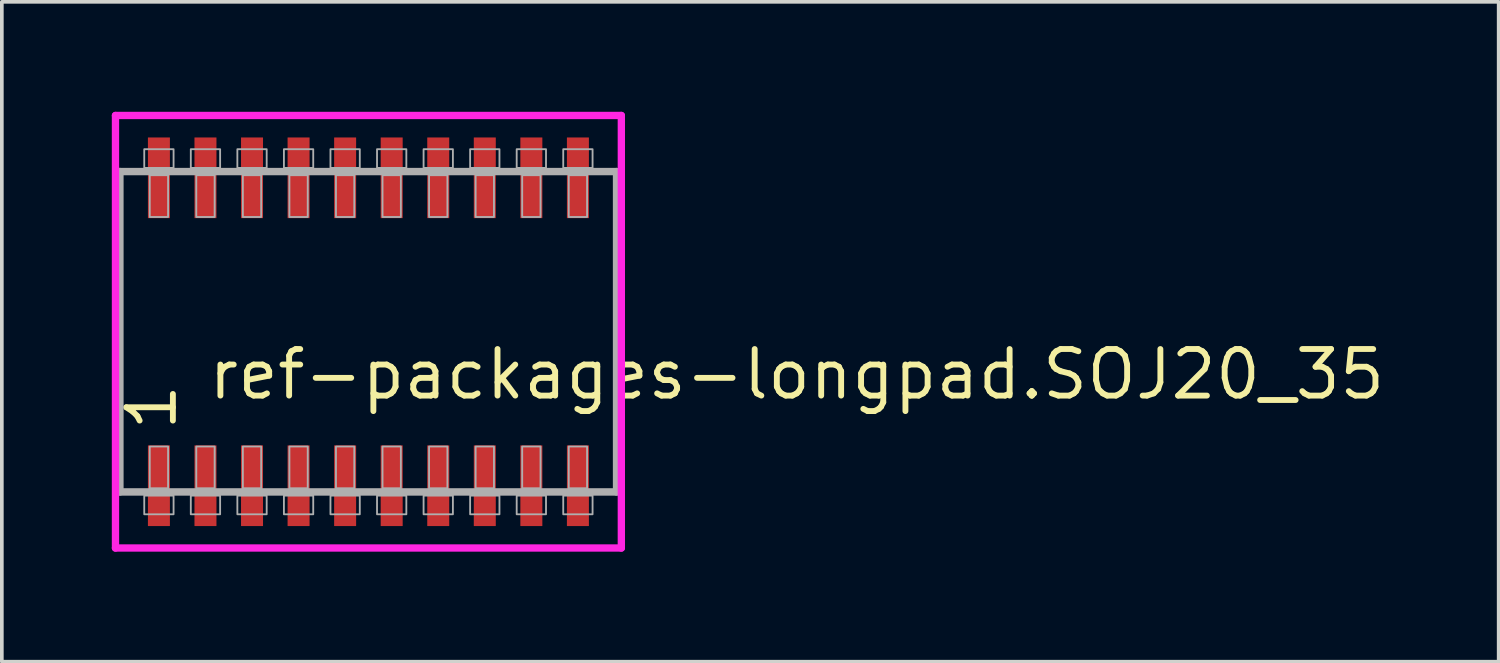
<source format=kicad_pcb>
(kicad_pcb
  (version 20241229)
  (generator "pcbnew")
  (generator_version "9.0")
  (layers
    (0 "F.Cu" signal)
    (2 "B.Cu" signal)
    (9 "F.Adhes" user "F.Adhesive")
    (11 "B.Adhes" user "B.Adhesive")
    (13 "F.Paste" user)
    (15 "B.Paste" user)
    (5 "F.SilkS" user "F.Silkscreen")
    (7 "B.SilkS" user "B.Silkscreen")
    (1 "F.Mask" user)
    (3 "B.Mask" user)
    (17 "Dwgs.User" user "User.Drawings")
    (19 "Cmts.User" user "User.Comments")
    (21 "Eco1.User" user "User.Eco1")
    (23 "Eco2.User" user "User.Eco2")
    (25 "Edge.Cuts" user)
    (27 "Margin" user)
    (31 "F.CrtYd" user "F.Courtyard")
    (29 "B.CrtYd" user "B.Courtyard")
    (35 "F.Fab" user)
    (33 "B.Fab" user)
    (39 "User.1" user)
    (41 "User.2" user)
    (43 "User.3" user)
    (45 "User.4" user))
  (footprint "ref-packages-longpad.SOJ20_35"
    (layer "F.Cu")
    (at 7 6)
    (property "Reference" "ref-packages-longpad.SOJ20_35" (at -4.445 1.905 0) (layer "F.SilkS") (effects (font (size 1.27 1.27) (thickness 0.16)) (justify left bottom)))
    (attr smd)
    (fp_line (start -6.9 -5.9) (end 6.9 -5.9) (stroke (width 0.2) (type default)) (layer "F.CrtYd"))
    (fp_line (start -6.9 5.9) (end -6.9 -5.9) (stroke (width 0.2) (type default)) (layer "F.CrtYd"))
    (fp_line (start 6.9 -5.9) (end 6.9 5.9) (stroke (width 0.2) (type default)) (layer "F.CrtYd"))
    (fp_line (start 6.9 5.9) (end -6.9 5.9) (stroke (width 0.2) (type default)) (layer "F.CrtYd"))
    (fp_line (start -6.78 -4.37) (end 6.77 -4.37) (stroke (width 0.203) (type default)) (layer "F.Fab"))
    (fp_line (start -6.78 4.37) (end -6.78 -4.37) (stroke (width 0.203) (type default)) (layer "F.Fab"))
    (fp_line (start 6.77 -4.37) (end 6.77 4.37) (stroke (width 0.203) (type default)) (layer "F.Fab"))
    (fp_line (start 6.77 4.37) (end -6.78 4.37) (stroke (width 0.203) (type default)) (layer "F.Fab"))
    (fp_rect (start -6.115 -4.47) (end -5.315 -4.98) (stroke (width 0.05) (type default)) (fill no) (layer "F.Fab"))
    (fp_rect (start -6.115 4.98) (end -5.315 4.47) (stroke (width 0.05) (type default)) (fill no) (layer "F.Fab"))
    (fp_rect (start -5.965 -3.13) (end -5.465 -4.27) (stroke (width 0.05) (type default)) (fill no) (layer "F.Fab"))
    (fp_rect (start -5.965 4.27) (end -5.465 3.13) (stroke (width 0.05) (type default)) (fill no) (layer "F.Fab"))
    (fp_rect (start -4.845 -4.47) (end -4.045 -4.98) (stroke (width 0.05) (type default)) (fill no) (layer "F.Fab"))
    (fp_rect (start -4.845 4.98) (end -4.045 4.47) (stroke (width 0.05) (type default)) (fill no) (layer "F.Fab"))
    (fp_rect (start -4.695 -3.13) (end -4.195 -4.27) (stroke (width 0.05) (type default)) (fill no) (layer "F.Fab"))
    (fp_rect (start -4.695 4.27) (end -4.195 3.13) (stroke (width 0.05) (type default)) (fill no) (layer "F.Fab"))
    (fp_rect (start -3.575 -4.47) (end -2.775 -4.98) (stroke (width 0.05) (type default)) (fill no) (layer "F.Fab"))
    (fp_rect (start -3.575 4.98) (end -2.775 4.47) (stroke (width 0.05) (type default)) (fill no) (layer "F.Fab"))
    (fp_rect (start -3.425 -3.13) (end -2.925 -4.27) (stroke (width 0.05) (type default)) (fill no) (layer "F.Fab"))
    (fp_rect (start -3.425 4.27) (end -2.925 3.13) (stroke (width 0.05) (type default)) (fill no) (layer "F.Fab"))
    (fp_rect (start -2.305 -4.47) (end -1.505 -4.98) (stroke (width 0.05) (type default)) (fill no) (layer "F.Fab"))
    (fp_rect (start -2.305 4.98) (end -1.505 4.47) (stroke (width 0.05) (type default)) (fill no) (layer "F.Fab"))
    (fp_rect (start -2.155 -3.13) (end -1.655 -4.27) (stroke (width 0.05) (type default)) (fill no) (layer "F.Fab"))
    (fp_rect (start -2.155 4.27) (end -1.655 3.13) (stroke (width 0.05) (type default)) (fill no) (layer "F.Fab"))
    (fp_rect (start -1.035 -4.47) (end -0.235 -4.98) (stroke (width 0.05) (type default)) (fill no) (layer "F.Fab"))
    (fp_rect (start -1.035 4.98) (end -0.235 4.47) (stroke (width 0.05) (type default)) (fill no) (layer "F.Fab"))
    (fp_rect (start -0.885 -3.13) (end -0.385 -4.27) (stroke (width 0.05) (type default)) (fill no) (layer "F.Fab"))
    (fp_rect (start -0.885 4.27) (end -0.385 3.13) (stroke (width 0.05) (type default)) (fill no) (layer "F.Fab"))
    (fp_rect (start 0.235 -4.47) (end 1.035 -4.98) (stroke (width 0.05) (type default)) (fill no) (layer "F.Fab"))
    (fp_rect (start 0.235 4.98) (end 1.035 4.47) (stroke (width 0.05) (type default)) (fill no) (layer "F.Fab"))
    (fp_rect (start 0.385 -3.13) (end 0.885 -4.27) (stroke (width 0.05) (type default)) (fill no) (layer "F.Fab"))
    (fp_rect (start 0.385 4.27) (end 0.885 3.13) (stroke (width 0.05) (type default)) (fill no) (layer "F.Fab"))
    (fp_rect (start 1.505 -4.47) (end 2.305 -4.98) (stroke (width 0.05) (type default)) (fill no) (layer "F.Fab"))
    (fp_rect (start 1.505 4.98) (end 2.305 4.47) (stroke (width 0.05) (type default)) (fill no) (layer "F.Fab"))
    (fp_rect (start 1.655 -3.13) (end 2.155 -4.27) (stroke (width 0.05) (type default)) (fill no) (layer "F.Fab"))
    (fp_rect (start 1.655 4.27) (end 2.155 3.13) (stroke (width 0.05) (type default)) (fill no) (layer "F.Fab"))
    (fp_rect (start 2.775 -4.47) (end 3.575 -4.98) (stroke (width 0.05) (type default)) (fill no) (layer "F.Fab"))
    (fp_rect (start 2.775 4.98) (end 3.575 4.47) (stroke (width 0.05) (type default)) (fill no) (layer "F.Fab"))
    (fp_rect (start 2.925 -3.13) (end 3.425 -4.27) (stroke (width 0.05) (type default)) (fill no) (layer "F.Fab"))
    (fp_rect (start 2.925 4.27) (end 3.425 3.13) (stroke (width 0.05) (type default)) (fill no) (layer "F.Fab"))
    (fp_rect (start 4.045 -4.47) (end 4.845 -4.98) (stroke (width 0.05) (type default)) (fill no) (layer "F.Fab"))
    (fp_rect (start 4.045 4.98) (end 4.845 4.47) (stroke (width 0.05) (type default)) (fill no) (layer "F.Fab"))
    (fp_rect (start 4.195 -3.13) (end 4.695 -4.27) (stroke (width 0.05) (type default)) (fill no) (layer "F.Fab"))
    (fp_rect (start 4.195 4.27) (end 4.695 3.13) (stroke (width 0.05) (type default)) (fill no) (layer "F.Fab"))
    (fp_rect (start 5.315 -4.47) (end 6.115 -4.98) (stroke (width 0.05) (type default)) (fill no) (layer "F.Fab"))
    (fp_rect (start 5.315 4.98) (end 6.115 4.47) (stroke (width 0.05) (type default)) (fill no) (layer "F.Fab"))
    (fp_rect (start 5.465 -3.13) (end 5.965 -4.27) (stroke (width 0.05) (type default)) (fill no) (layer "F.Fab"))
    (fp_rect (start 5.465 4.27) (end 5.965 3.13) (stroke (width 0.05) (type default)) (fill no) (layer "F.Fab"))
    (fp_text user "1" (at -5.17 2.77 90) (layer "F.SilkS") (effects (font (size 1.27 1.27) (thickness 0.16)) (justify left bottom)))
    (pad "1" smd roundrect (at -5.715 4.2) (size 0.6 2.2) (layers "F.Cu" "F.Mask" "F.Paste") (roundrect_rratio 0.01))
    (pad "2" smd roundrect (at -4.445 4.2) (size 0.6 2.2) (layers "F.Cu" "F.Mask" "F.Paste") (roundrect_rratio 0.01))
    (pad "3" smd roundrect (at -3.175 4.2) (size 0.6 2.2) (layers "F.Cu" "F.Mask" "F.Paste") (roundrect_rratio 0.01))
    (pad "4" smd roundrect (at -1.905 4.2) (size 0.6 2.2) (layers "F.Cu" "F.Mask" "F.Paste") (roundrect_rratio 0.01))
    (pad "5" smd roundrect (at -0.635 4.2) (size 0.6 2.2) (layers "F.Cu" "F.Mask" "F.Paste") (roundrect_rratio 0.01))
    (pad "6" smd roundrect (at 0.635 4.2) (size 0.6 2.2) (layers "F.Cu" "F.Mask" "F.Paste") (roundrect_rratio 0.01))
    (pad "7" smd roundrect (at 1.905 4.2) (size 0.6 2.2) (layers "F.Cu" "F.Mask" "F.Paste") (roundrect_rratio 0.01))
    (pad "8" smd roundrect (at 3.175 4.2) (size 0.6 2.2) (layers "F.Cu" "F.Mask" "F.Paste") (roundrect_rratio 0.01))
    (pad "9" smd roundrect (at 4.445 4.2) (size 0.6 2.2) (layers "F.Cu" "F.Mask" "F.Paste") (roundrect_rratio 0.01))
    (pad "10" smd roundrect (at 5.715 4.2) (size 0.6 2.2) (layers "F.Cu" "F.Mask" "F.Paste") (roundrect_rratio 0.01))
    (pad "11" smd roundrect (at 5.715 -4.2) (size 0.6 2.2) (layers "F.Cu" "F.Mask" "F.Paste") (roundrect_rratio 0.01))
    (pad "12" smd roundrect (at 4.445 -4.2) (size 0.6 2.2) (layers "F.Cu" "F.Mask" "F.Paste") (roundrect_rratio 0.01))
    (pad "13" smd roundrect (at 3.175 -4.2) (size 0.6 2.2) (layers "F.Cu" "F.Mask" "F.Paste") (roundrect_rratio 0.01))
    (pad "14" smd roundrect (at 1.905 -4.2) (size 0.6 2.2) (layers "F.Cu" "F.Mask" "F.Paste") (roundrect_rratio 0.01))
    (pad "15" smd roundrect (at 0.635 -4.2) (size 0.6 2.2) (layers "F.Cu" "F.Mask" "F.Paste") (roundrect_rratio 0.01))
    (pad "16" smd roundrect (at -0.635 -4.2) (size 0.6 2.2) (layers "F.Cu" "F.Mask" "F.Paste") (roundrect_rratio 0.01))
    (pad "17" smd roundrect (at -1.905 -4.2) (size 0.6 2.2) (layers "F.Cu" "F.Mask" "F.Paste") (roundrect_rratio 0.01))
    (pad "18" smd roundrect (at -3.175 -4.2) (size 0.6 2.2) (layers "F.Cu" "F.Mask" "F.Paste") (roundrect_rratio 0.01))
    (pad "19" smd roundrect (at -4.445 -4.2) (size 0.6 2.2) (layers "F.Cu" "F.Mask" "F.Paste") (roundrect_rratio 0.01))
    (pad "20" smd roundrect (at -5.715 -4.2) (size 0.6 2.2) (layers "F.Cu" "F.Mask" "F.Paste") (roundrect_rratio 0.01)))
  (gr_rect
    (start -3 -3)
    (end 37.833 15)
    (stroke (width 0.1) (type default))
    (fill no)
    (layer "Edge.Cuts")))
</source>
